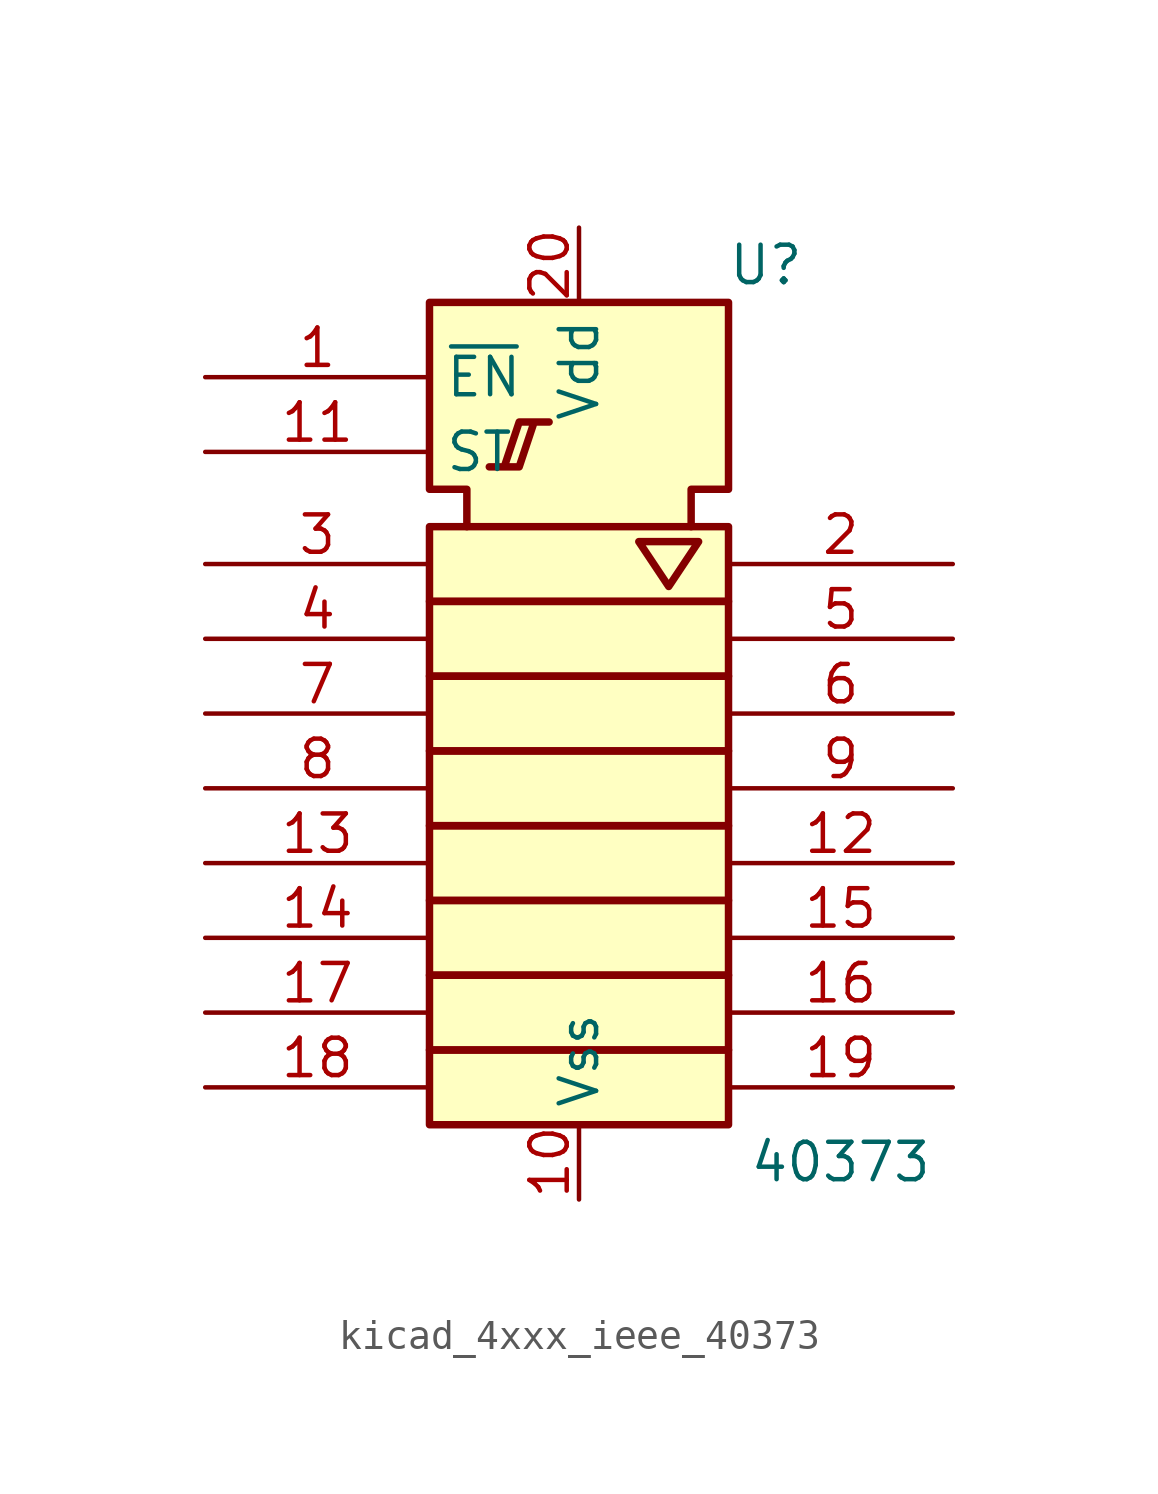
<source format=kicad_sym>
(kicad_symbol_lib
  (version 20220914)
  (generator kicad_symbol_editor)
  (symbol "kicad_4xxx_ieee_40373"
    (property "Reference" "U"
      (at 6.35 13.97 0)
      (effects (font (size 1.27 1.27))))
    (property "Value" "40373"
      (at 8.89 -16.51 0)
      (effects (font (size 1.27 1.27))))
    (symbol "kicad_4xxx_ieee_40373_0_0"
      (pin input line (at -12.7 10.16 0) (length 7.62) (name "~{EN}" (effects (font (size 1.27 1.27)))) (number "1" (effects (font (size 1.27 1.27)))))
      (pin power_in line (at 0 -17.78 90) (length 2.54) (name "Vss" (effects (font (size 1.27 1.27)))) (number "10" (effects (font (size 1.27 1.27)))))
      (pin input line (at -12.7 7.62 0) (length 7.62) (name "ST" (effects (font (size 1.27 1.27)))) (number "11" (effects (font (size 1.27 1.27)))))
      (pin power_in line (at 0 15.24 270) (length 2.54) (name "Vdd" (effects (font (size 1.27 1.27)))) (number "20" (effects (font (size 1.27 1.27))))))
    (symbol "kicad_4xxx_ieee_40373_0_1"
      (rectangle (start -5.08 -12.7) (end 5.08 -15.24) (stroke (width 0.254) (type default)) (fill (type background)))
      (rectangle (start -5.08 -10.16) (end 5.08 -12.7) (stroke (width 0.254) (type default)) (fill (type background)))
      (rectangle (start -5.08 -7.62) (end 5.08 -10.16) (stroke (width 0.254) (type default)) (fill (type background)))
      (rectangle (start -5.08 -5.08) (end 5.08 -7.62) (stroke (width 0.254) (type default)) (fill (type background)))
      (rectangle (start -5.08 -2.54) (end 5.08 -5.08) (stroke (width 0.254) (type default)) (fill (type background)))
      (rectangle (start -5.08 0) (end 5.08 -2.54) (stroke (width 0.254) (type default)) (fill (type background)))
      (rectangle (start -5.08 2.54) (end 5.08 0) (stroke (width 0.254) (type default)) (fill (type background)))
      (rectangle (start -5.08 5.08) (end 5.08 2.54) (stroke (width 0.254) (type default)) (fill (type background)))
      (polyline (pts (xy 2.032 4.572) (xy 4.064 4.572) (xy 3.048 3.048) (xy 2.032 4.572) (xy 2.032 4.572)) (stroke (width 0.254) (type default)) (fill (type background)))
      (polyline (pts (xy -2.54 7.112) (xy -2.032 7.112) (xy -1.524 8.636) (xy -1.016 8.636) (xy -2.032 8.636) (xy -2.54 7.112) (xy -3.048 7.112) (xy -3.048 7.112)) (stroke (width 0.254) (type default)) (fill (type background)))
      (polyline (pts (xy -3.81 5.08) (xy -3.81 6.35) (xy -5.08 6.35) (xy -5.08 12.7) (xy 5.08 12.7) (xy 5.08 6.35) (xy 3.81 6.35) (xy 3.81 5.08) (xy 3.81 5.08)) (stroke (width 0.254) (type default)) (fill (type background))))
    (symbol "kicad_4xxx_ieee_40373_1_0"
      (pin output line (at 12.7 -6.35 180) (length 7.62) (name "~" (effects (font (size 1.27 1.27)))) (number "12" (effects (font (size 1.27 1.27)))))
      (pin input line (at -12.7 -6.35 0) (length 7.62) (name "~" (effects (font (size 1.27 1.27)))) (number "13" (effects (font (size 1.27 1.27)))))
      (pin input line (at -12.7 -8.89 0) (length 7.62) (name "~" (effects (font (size 1.27 1.27)))) (number "14" (effects (font (size 1.27 1.27)))))
      (pin output line (at 12.7 -8.89 180) (length 7.62) (name "~" (effects (font (size 1.27 1.27)))) (number "15" (effects (font (size 1.27 1.27)))))
      (pin output line (at 12.7 -11.43 180) (length 7.62) (name "~" (effects (font (size 1.27 1.27)))) (number "16" (effects (font (size 1.27 1.27)))))
      (pin input line (at -12.7 -11.43 0) (length 7.62) (name "~" (effects (font (size 1.27 1.27)))) (number "17" (effects (font (size 1.27 1.27)))))
      (pin input line (at -12.7 -13.97 0) (length 7.62) (name "~" (effects (font (size 1.27 1.27)))) (number "18" (effects (font (size 1.27 1.27)))))
      (pin output line (at 12.7 -13.97 180) (length 7.62) (name "~" (effects (font (size 1.27 1.27)))) (number "19" (effects (font (size 1.27 1.27)))))
      (pin output line (at 12.7 3.81 180) (length 7.62) (name "~" (effects (font (size 1.27 1.27)))) (number "2" (effects (font (size 1.27 1.27)))))
      (pin input line (at -12.7 3.81 0) (length 7.62) (name "~" (effects (font (size 1.27 1.27)))) (number "3" (effects (font (size 1.27 1.27)))))
      (pin input line (at -12.7 1.27 0) (length 7.62) (name "~" (effects (font (size 1.27 1.27)))) (number "4" (effects (font (size 1.27 1.27)))))
      (pin output line (at 12.7 1.27 180) (length 7.62) (name "~" (effects (font (size 1.27 1.27)))) (number "5" (effects (font (size 1.27 1.27)))))
      (pin output line (at 12.7 -1.27 180) (length 7.62) (name "~" (effects (font (size 1.27 1.27)))) (number "6" (effects (font (size 1.27 1.27)))))
      (pin input line (at -12.7 -1.27 0) (length 7.62) (name "~" (effects (font (size 1.27 1.27)))) (number "7" (effects (font (size 1.27 1.27)))))
      (pin input line (at -12.7 -3.81 0) (length 7.62) (name "~" (effects (font (size 1.27 1.27)))) (number "8" (effects (font (size 1.27 1.27)))))
      (pin output line (at 12.7 -3.81 180) (length 7.62) (name "~" (effects (font (size 1.27 1.27)))) (number "9" (effects (font (size 1.27 1.27))))))))
</source>
